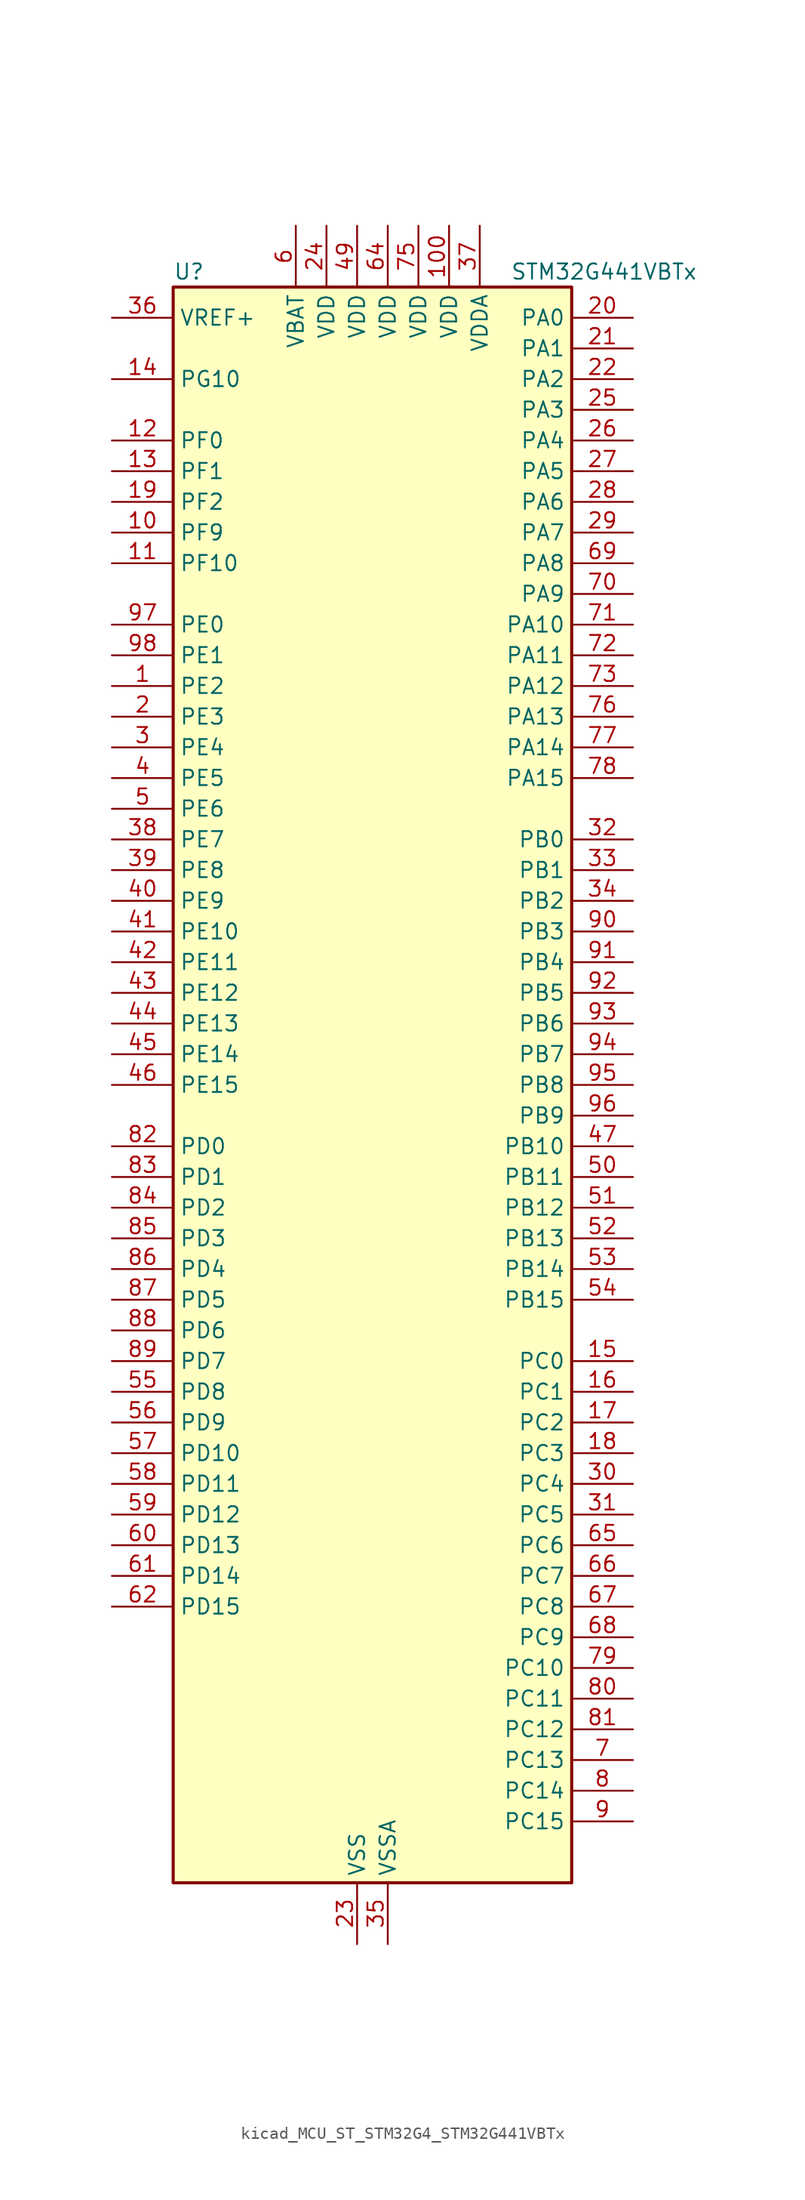
<source format=kicad_sym>
(kicad_symbol_lib
  (version 20220914)
  (generator kicad_symbol_editor)
  (symbol "kicad_MCU_ST_STM32G4_STM32G441VBTx"
    (property "Reference" "U"
      (at -15.24 67.31 0)
      (effects (font (size 1.27 1.27)) (justify left)))
    (property "Value" "STM32G441VBTx"
      (at 12.7 67.31 0)
      (effects (font (size 1.27 1.27)) (justify left)))
    (property "ki_locked" ""
      (at 0 0 0)
      (effects (font (size 1.27 1.27))))
    (symbol "kicad_MCU_ST_STM32G4_STM32G441VBTx_0_1"
      (rectangle (start -15.24 -66.04) (end 17.78 66.04) (stroke (width 0.254) (type default)) (fill (type background))))
    (symbol "kicad_MCU_ST_STM32G4_STM32G441VBTx_1_1"
      (pin bidirectional line (at -20.32 33.02 0) (length 5.08) (name "PE2" (effects (font (size 1.27 1.27)))) (number "1" (effects (font (size 1.27 1.27)))) (alternate "SAI1_CK1" bidirectional line) (alternate "SAI1_MCLK_A" bidirectional line) (alternate "SYS_TRACECLK" bidirectional line) (alternate "TIM3_CH1" bidirectional line))
      (pin bidirectional line (at -20.32 45.72 0) (length 5.08) (name "PF9" (effects (font (size 1.27 1.27)))) (number "10" (effects (font (size 1.27 1.27)))) (alternate "DAC1_EXTI9" bidirectional line) (alternate "DAC3_EXTI9" bidirectional line) (alternate "SAI1_FS_B" bidirectional line) (alternate "SPI2_SCK" bidirectional line) (alternate "TIM15_CH1" bidirectional line))
      (pin power_in line (at 7.62 71.12 270) (length 5.08) (name "VDD" (effects (font (size 1.27 1.27)))) (number "100" (effects (font (size 1.27 1.27)))))
      (pin bidirectional line (at -20.32 43.18 0) (length 5.08) (name "PF10" (effects (font (size 1.27 1.27)))) (number "11" (effects (font (size 1.27 1.27)))) (alternate "DAC1_EXTI10" bidirectional line) (alternate "DAC3_EXTI10" bidirectional line) (alternate "SAI1_D3" bidirectional line) (alternate "SPI2_SCK" bidirectional line) (alternate "TIM15_CH2" bidirectional line))
      (pin bidirectional line (at -20.32 53.34 0) (length 5.08) (name "PF0" (effects (font (size 1.27 1.27)))) (number "12" (effects (font (size 1.27 1.27)))) (alternate "ADC1_IN10" bidirectional line) (alternate "I2C2_SDA" bidirectional line) (alternate "I2S2_WS" bidirectional line) (alternate "RCC_OSC_IN" bidirectional line) (alternate "SPI2_NSS" bidirectional line) (alternate "TIM1_CH3N" bidirectional line))
      (pin bidirectional line (at -20.32 50.8 0) (length 5.08) (name "PF1" (effects (font (size 1.27 1.27)))) (number "13" (effects (font (size 1.27 1.27)))) (alternate "ADC2_IN10" bidirectional line) (alternate "COMP3_INM" bidirectional line) (alternate "I2S2_CK" bidirectional line) (alternate "RCC_OSC_OUT" bidirectional line) (alternate "SPI2_SCK" bidirectional line))
      (pin bidirectional line (at -20.32 58.42 0) (length 5.08) (name "PG10" (effects (font (size 1.27 1.27)))) (number "14" (effects (font (size 1.27 1.27)))) (alternate "DAC1_EXTI10" bidirectional line) (alternate "DAC3_EXTI10" bidirectional line) (alternate "RCC_MCO" bidirectional line))
      (pin bidirectional line (at 22.86 -22.86 180) (length 5.08) (name "PC0" (effects (font (size 1.27 1.27)))) (number "15" (effects (font (size 1.27 1.27)))) (alternate "ADC1_IN6" bidirectional line) (alternate "ADC2_IN6" bidirectional line) (alternate "COMP3_INM" bidirectional line) (alternate "LPTIM1_IN1" bidirectional line) (alternate "LPUART1_RX" bidirectional line) (alternate "TIM1_CH1" bidirectional line))
      (pin bidirectional line (at 22.86 -25.4 180) (length 5.08) (name "PC1" (effects (font (size 1.27 1.27)))) (number "16" (effects (font (size 1.27 1.27)))) (alternate "ADC1_IN7" bidirectional line) (alternate "ADC2_IN7" bidirectional line) (alternate "COMP3_INP" bidirectional line) (alternate "LPTIM1_OUT" bidirectional line) (alternate "LPUART1_TX" bidirectional line) (alternate "SAI1_SD_A" bidirectional line) (alternate "TIM1_CH2" bidirectional line))
      (pin bidirectional line (at 22.86 -27.94 180) (length 5.08) (name "PC2" (effects (font (size 1.27 1.27)))) (number "17" (effects (font (size 1.27 1.27)))) (alternate "ADC1_IN8" bidirectional line) (alternate "ADC2_IN8" bidirectional line) (alternate "COMP3_OUT" bidirectional line) (alternate "LPTIM1_IN2" bidirectional line) (alternate "TIM1_CH3" bidirectional line))
      (pin bidirectional line (at 22.86 -30.48 180) (length 5.08) (name "PC3" (effects (font (size 1.27 1.27)))) (number "18" (effects (font (size 1.27 1.27)))) (alternate "ADC1_IN9" bidirectional line) (alternate "ADC2_IN9" bidirectional line) (alternate "LPTIM1_ETR" bidirectional line) (alternate "SAI1_D1" bidirectional line) (alternate "SAI1_SD_A" bidirectional line) (alternate "TIM1_BKIN2" bidirectional line) (alternate "TIM1_CH4" bidirectional line))
      (pin bidirectional line (at -20.32 48.26 0) (length 5.08) (name "PF2" (effects (font (size 1.27 1.27)))) (number "19" (effects (font (size 1.27 1.27)))) (alternate "I2C2_SMBA" bidirectional line))
      (pin bidirectional line (at -20.32 30.48 0) (length 5.08) (name "PE3" (effects (font (size 1.27 1.27)))) (number "2" (effects (font (size 1.27 1.27)))) (alternate "SAI1_SD_B" bidirectional line) (alternate "SYS_TRACED0" bidirectional line) (alternate "TIM3_CH2" bidirectional line))
      (pin bidirectional line (at 22.86 63.5 180) (length 5.08) (name "PA0" (effects (font (size 1.27 1.27)))) (number "20" (effects (font (size 1.27 1.27)))) (alternate "ADC1_IN1" bidirectional line) (alternate "ADC2_IN1" bidirectional line) (alternate "COMP1_INM" bidirectional line) (alternate "COMP1_OUT" bidirectional line) (alternate "COMP3_INP" bidirectional line) (alternate "RTC_TAMP2" bidirectional line) (alternate "SYS_WKUP1" bidirectional line) (alternate "TIM2_CH1" bidirectional line) (alternate "TIM2_ETR" bidirectional line) (alternate "TIM8_BKIN" bidirectional line) (alternate "TIM8_ETR" bidirectional line) (alternate "USART2_CTS" bidirectional line) (alternate "USART2_NSS" bidirectional line))
      (pin bidirectional line (at 22.86 60.96 180) (length 5.08) (name "PA1" (effects (font (size 1.27 1.27)))) (number "21" (effects (font (size 1.27 1.27)))) (alternate "ADC1_IN2" bidirectional line) (alternate "ADC2_IN2" bidirectional line) (alternate "COMP1_INP" bidirectional line) (alternate "OPAMP1_VINP" bidirectional line) (alternate "OPAMP1_VINP_SEC" bidirectional line) (alternate "OPAMP3_VINP" bidirectional line) (alternate "OPAMP3_VINP_SEC" bidirectional line) (alternate "RTC_REFIN" bidirectional line) (alternate "TIM15_CH1N" bidirectional line) (alternate "TIM2_CH2" bidirectional line) (alternate "USART2_DE" bidirectional line) (alternate "USART2_RTS" bidirectional line))
      (pin bidirectional line (at 22.86 58.42 180) (length 5.08) (name "PA2" (effects (font (size 1.27 1.27)))) (number "22" (effects (font (size 1.27 1.27)))) (alternate "ADC1_IN3" bidirectional line) (alternate "COMP2_INM" bidirectional line) (alternate "COMP2_OUT" bidirectional line) (alternate "LPUART1_TX" bidirectional line) (alternate "OPAMP1_VOUT" bidirectional line) (alternate "RCC_LSCO" bidirectional line) (alternate "SYS_WKUP4" bidirectional line) (alternate "TIM15_CH1" bidirectional line) (alternate "TIM2_CH3" bidirectional line) (alternate "UCPD1_FRSTX1" bidirectional line) (alternate "UCPD1_FRSTX2" bidirectional line) (alternate "USART2_TX" bidirectional line))
      (pin power_in line (at 0 -71.12 90) (length 5.08) (name "VSS" (effects (font (size 1.27 1.27)))) (number "23" (effects (font (size 1.27 1.27)))))
      (pin power_in line (at -2.54 71.12 270) (length 5.08) (name "VDD" (effects (font (size 1.27 1.27)))) (number "24" (effects (font (size 1.27 1.27)))))
      (pin bidirectional line (at 22.86 55.88 180) (length 5.08) (name "PA3" (effects (font (size 1.27 1.27)))) (number "25" (effects (font (size 1.27 1.27)))) (alternate "ADC1_IN4" bidirectional line) (alternate "COMP2_INP" bidirectional line) (alternate "LPUART1_RX" bidirectional line) (alternate "OPAMP1_VINM" bidirectional line) (alternate "OPAMP1_VINM0" bidirectional line) (alternate "OPAMP1_VINM_SEC" bidirectional line) (alternate "OPAMP1_VINP" bidirectional line) (alternate "OPAMP1_VINP_SEC" bidirectional line) (alternate "SAI1_CK1" bidirectional line) (alternate "SAI1_MCLK_A" bidirectional line) (alternate "TIM15_CH2" bidirectional line) (alternate "TIM2_CH4" bidirectional line) (alternate "USART2_RX" bidirectional line))
      (pin bidirectional line (at 22.86 53.34 180) (length 5.08) (name "PA4" (effects (font (size 1.27 1.27)))) (number "26" (effects (font (size 1.27 1.27)))) (alternate "ADC2_IN17" bidirectional line) (alternate "COMP1_INM" bidirectional line) (alternate "DAC1_OUT1" bidirectional line) (alternate "I2S3_WS" bidirectional line) (alternate "SAI1_FS_B" bidirectional line) (alternate "SPI1_NSS" bidirectional line) (alternate "SPI3_NSS" bidirectional line) (alternate "TIM3_CH2" bidirectional line) (alternate "USART2_CK" bidirectional line))
      (pin bidirectional line (at 22.86 50.8 180) (length 5.08) (name "PA5" (effects (font (size 1.27 1.27)))) (number "27" (effects (font (size 1.27 1.27)))) (alternate "ADC2_IN13" bidirectional line) (alternate "COMP2_INM" bidirectional line) (alternate "DAC1_OUT2" bidirectional line) (alternate "OPAMP2_VINM" bidirectional line) (alternate "OPAMP2_VINM0" bidirectional line) (alternate "OPAMP2_VINM_SEC" bidirectional line) (alternate "SPI1_SCK" bidirectional line) (alternate "TIM2_CH1" bidirectional line) (alternate "TIM2_ETR" bidirectional line) (alternate "UCPD1_FRSTX1" bidirectional line) (alternate "UCPD1_FRSTX2" bidirectional line))
      (pin bidirectional line (at 22.86 48.26 180) (length 5.08) (name "PA6" (effects (font (size 1.27 1.27)))) (number "28" (effects (font (size 1.27 1.27)))) (alternate "ADC2_IN3" bidirectional line) (alternate "COMP1_OUT" bidirectional line) (alternate "LPUART1_CTS" bidirectional line) (alternate "OPAMP2_VOUT" bidirectional line) (alternate "SPI1_MISO" bidirectional line) (alternate "TIM16_CH1" bidirectional line) (alternate "TIM1_BKIN" bidirectional line) (alternate "TIM3_CH1" bidirectional line) (alternate "TIM8_BKIN" bidirectional line))
      (pin bidirectional line (at 22.86 45.72 180) (length 5.08) (name "PA7" (effects (font (size 1.27 1.27)))) (number "29" (effects (font (size 1.27 1.27)))) (alternate "ADC2_IN4" bidirectional line) (alternate "COMP2_INP" bidirectional line) (alternate "COMP2_OUT" bidirectional line) (alternate "OPAMP1_VINP" bidirectional line) (alternate "OPAMP1_VINP_SEC" bidirectional line) (alternate "OPAMP2_VINP" bidirectional line) (alternate "OPAMP2_VINP_SEC" bidirectional line) (alternate "SPI1_MOSI" bidirectional line) (alternate "TIM17_CH1" bidirectional line) (alternate "TIM1_CH1N" bidirectional line) (alternate "TIM3_CH2" bidirectional line) (alternate "TIM8_CH1N" bidirectional line) (alternate "UCPD1_FRSTX1" bidirectional line) (alternate "UCPD1_FRSTX2" bidirectional line))
      (pin bidirectional line (at -20.32 27.94 0) (length 5.08) (name "PE4" (effects (font (size 1.27 1.27)))) (number "3" (effects (font (size 1.27 1.27)))) (alternate "SAI1_D2" bidirectional line) (alternate "SAI1_FS_A" bidirectional line) (alternate "SYS_TRACED1" bidirectional line) (alternate "TIM3_CH3" bidirectional line))
      (pin bidirectional line (at 22.86 -33.02 180) (length 5.08) (name "PC4" (effects (font (size 1.27 1.27)))) (number "30" (effects (font (size 1.27 1.27)))) (alternate "ADC2_IN5" bidirectional line) (alternate "I2C2_SCL" bidirectional line) (alternate "TIM1_ETR" bidirectional line) (alternate "USART1_TX" bidirectional line))
      (pin bidirectional line (at 22.86 -35.56 180) (length 5.08) (name "PC5" (effects (font (size 1.27 1.27)))) (number "31" (effects (font (size 1.27 1.27)))) (alternate "ADC2_IN11" bidirectional line) (alternate "OPAMP1_VINM" bidirectional line) (alternate "OPAMP1_VINM1" bidirectional line) (alternate "OPAMP1_VINM_SEC" bidirectional line) (alternate "OPAMP2_VINM" bidirectional line) (alternate "OPAMP2_VINM1" bidirectional line) (alternate "OPAMP2_VINM_SEC" bidirectional line) (alternate "SAI1_D3" bidirectional line) (alternate "SYS_WKUP5" bidirectional line) (alternate "TIM15_BKIN" bidirectional line) (alternate "TIM1_CH4N" bidirectional line) (alternate "USART1_RX" bidirectional line))
      (pin bidirectional line (at 22.86 20.32 180) (length 5.08) (name "PB0" (effects (font (size 1.27 1.27)))) (number "32" (effects (font (size 1.27 1.27)))) (alternate "ADC1_IN15" bidirectional line) (alternate "COMP4_INP" bidirectional line) (alternate "OPAMP2_VINP" bidirectional line) (alternate "OPAMP2_VINP_SEC" bidirectional line) (alternate "OPAMP3_VINP" bidirectional line) (alternate "OPAMP3_VINP_SEC" bidirectional line) (alternate "TIM1_CH2N" bidirectional line) (alternate "TIM3_CH3" bidirectional line) (alternate "TIM8_CH2N" bidirectional line) (alternate "UCPD1_FRSTX1" bidirectional line) (alternate "UCPD1_FRSTX2" bidirectional line))
      (pin bidirectional line (at 22.86 17.78 180) (length 5.08) (name "PB1" (effects (font (size 1.27 1.27)))) (number "33" (effects (font (size 1.27 1.27)))) (alternate "ADC1_IN12" bidirectional line) (alternate "COMP1_INP" bidirectional line) (alternate "COMP4_OUT" bidirectional line) (alternate "LPUART1_DE" bidirectional line) (alternate "LPUART1_RTS" bidirectional line) (alternate "OPAMP3_VOUT" bidirectional line) (alternate "TIM1_CH3N" bidirectional line) (alternate "TIM3_CH4" bidirectional line) (alternate "TIM8_CH3N" bidirectional line))
      (pin bidirectional line (at 22.86 15.24 180) (length 5.08) (name "PB2" (effects (font (size 1.27 1.27)))) (number "34" (effects (font (size 1.27 1.27)))) (alternate "ADC2_IN12" bidirectional line) (alternate "COMP4_INM" bidirectional line) (alternate "I2C3_SMBA" bidirectional line) (alternate "LPTIM1_OUT" bidirectional line) (alternate "OPAMP3_VINM" bidirectional line) (alternate "OPAMP3_VINM0" bidirectional line) (alternate "OPAMP3_VINM_SEC" bidirectional line) (alternate "RTC_OUT2" bidirectional line))
      (pin power_in line (at 2.54 -71.12 90) (length 5.08) (name "VSSA" (effects (font (size 1.27 1.27)))) (number "35" (effects (font (size 1.27 1.27)))))
      (pin input line (at -20.32 63.5 0) (length 5.08) (name "VREF+" (effects (font (size 1.27 1.27)))) (number "36" (effects (font (size 1.27 1.27)))) (alternate "VREFBUF_OUT" bidirectional line))
      (pin power_in line (at 10.16 71.12 270) (length 5.08) (name "VDDA" (effects (font (size 1.27 1.27)))) (number "37" (effects (font (size 1.27 1.27)))))
      (pin bidirectional line (at -20.32 20.32 0) (length 5.08) (name "PE7" (effects (font (size 1.27 1.27)))) (number "38" (effects (font (size 1.27 1.27)))) (alternate "COMP4_INP" bidirectional line) (alternate "SAI1_SD_B" bidirectional line) (alternate "TIM1_ETR" bidirectional line))
      (pin bidirectional line (at -20.32 17.78 0) (length 5.08) (name "PE8" (effects (font (size 1.27 1.27)))) (number "39" (effects (font (size 1.27 1.27)))) (alternate "COMP4_INM" bidirectional line) (alternate "SAI1_SCK_B" bidirectional line) (alternate "TIM1_CH1N" bidirectional line))
      (pin bidirectional line (at -20.32 25.4 0) (length 5.08) (name "PE5" (effects (font (size 1.27 1.27)))) (number "4" (effects (font (size 1.27 1.27)))) (alternate "SAI1_CK2" bidirectional line) (alternate "SAI1_SCK_A" bidirectional line) (alternate "SYS_TRACED2" bidirectional line) (alternate "TIM3_CH4" bidirectional line))
      (pin bidirectional line (at -20.32 15.24 0) (length 5.08) (name "PE9" (effects (font (size 1.27 1.27)))) (number "40" (effects (font (size 1.27 1.27)))) (alternate "DAC1_EXTI9" bidirectional line) (alternate "DAC3_EXTI9" bidirectional line) (alternate "SAI1_FS_B" bidirectional line) (alternate "TIM1_CH1" bidirectional line))
      (pin bidirectional line (at -20.32 12.7 0) (length 5.08) (name "PE10" (effects (font (size 1.27 1.27)))) (number "41" (effects (font (size 1.27 1.27)))) (alternate "DAC1_EXTI10" bidirectional line) (alternate "DAC3_EXTI10" bidirectional line) (alternate "SAI1_MCLK_B" bidirectional line) (alternate "TIM1_CH2N" bidirectional line))
      (pin bidirectional line (at -20.32 10.16 0) (length 5.08) (name "PE11" (effects (font (size 1.27 1.27)))) (number "42" (effects (font (size 1.27 1.27)))) (alternate "ADC1_EXTI11" bidirectional line) (alternate "ADC2_EXTI11" bidirectional line) (alternate "TIM1_CH2" bidirectional line))
      (pin bidirectional line (at -20.32 7.62 0) (length 5.08) (name "PE12" (effects (font (size 1.27 1.27)))) (number "43" (effects (font (size 1.27 1.27)))) (alternate "TIM1_CH3N" bidirectional line))
      (pin bidirectional line (at -20.32 5.08 0) (length 5.08) (name "PE13" (effects (font (size 1.27 1.27)))) (number "44" (effects (font (size 1.27 1.27)))) (alternate "TIM1_CH3" bidirectional line))
      (pin bidirectional line (at -20.32 2.54 0) (length 5.08) (name "PE14" (effects (font (size 1.27 1.27)))) (number "45" (effects (font (size 1.27 1.27)))) (alternate "TIM1_BKIN2" bidirectional line) (alternate "TIM1_CH4" bidirectional line))
      (pin bidirectional line (at -20.32 0 0) (length 5.08) (name "PE15" (effects (font (size 1.27 1.27)))) (number "46" (effects (font (size 1.27 1.27)))) (alternate "ADC1_EXTI15" bidirectional line) (alternate "ADC2_EXTI15" bidirectional line) (alternate "TIM1_BKIN" bidirectional line) (alternate "TIM1_CH4N" bidirectional line) (alternate "USART3_RX" bidirectional line))
      (pin bidirectional line (at 22.86 -5.08 180) (length 5.08) (name "PB10" (effects (font (size 1.27 1.27)))) (number "47" (effects (font (size 1.27 1.27)))) (alternate "DAC1_EXTI10" bidirectional line) (alternate "DAC3_EXTI10" bidirectional line) (alternate "LPUART1_RX" bidirectional line) (alternate "OPAMP3_VINM" bidirectional line) (alternate "OPAMP3_VINM1" bidirectional line) (alternate "OPAMP3_VINM_SEC" bidirectional line) (alternate "SAI1_SCK_A" bidirectional line) (alternate "TIM1_BKIN" bidirectional line) (alternate "TIM2_CH3" bidirectional line) (alternate "USART3_TX" bidirectional line))
      (pin passive line (at 0 -71.12 90) (length 5.08) hide (name "VSS" (effects (font (size 1.27 1.27)))) (number "48" (effects (font (size 1.27 1.27)))))
      (pin power_in line (at 0 71.12 270) (length 5.08) (name "VDD" (effects (font (size 1.27 1.27)))) (number "49" (effects (font (size 1.27 1.27)))))
      (pin bidirectional line (at -20.32 22.86 0) (length 5.08) (name "PE6" (effects (font (size 1.27 1.27)))) (number "5" (effects (font (size 1.27 1.27)))) (alternate "RTC_TAMP3" bidirectional line) (alternate "SAI1_D1" bidirectional line) (alternate "SAI1_SD_A" bidirectional line) (alternate "SYS_TRACED3" bidirectional line) (alternate "SYS_WKUP3" bidirectional line))
      (pin bidirectional line (at 22.86 -7.62 180) (length 5.08) (name "PB11" (effects (font (size 1.27 1.27)))) (number "50" (effects (font (size 1.27 1.27)))) (alternate "ADC1_EXTI11" bidirectional line) (alternate "ADC1_IN14" bidirectional line) (alternate "ADC2_EXTI11" bidirectional line) (alternate "ADC2_IN14" bidirectional line) (alternate "LPUART1_TX" bidirectional line) (alternate "TIM2_CH4" bidirectional line) (alternate "USART3_RX" bidirectional line))
      (pin bidirectional line (at 22.86 -10.16 180) (length 5.08) (name "PB12" (effects (font (size 1.27 1.27)))) (number "51" (effects (font (size 1.27 1.27)))) (alternate "ADC1_IN11" bidirectional line) (alternate "I2C2_SMBA" bidirectional line) (alternate "I2S2_WS" bidirectional line) (alternate "LPUART1_DE" bidirectional line) (alternate "LPUART1_RTS" bidirectional line) (alternate "SPI2_NSS" bidirectional line) (alternate "TIM1_BKIN" bidirectional line) (alternate "USART3_CK" bidirectional line))
      (pin bidirectional line (at 22.86 -12.7 180) (length 5.08) (name "PB13" (effects (font (size 1.27 1.27)))) (number "52" (effects (font (size 1.27 1.27)))) (alternate "I2S2_CK" bidirectional line) (alternate "LPUART1_CTS" bidirectional line) (alternate "OPAMP3_VINP" bidirectional line) (alternate "OPAMP3_VINP_SEC" bidirectional line) (alternate "SPI2_SCK" bidirectional line) (alternate "TIM1_CH1N" bidirectional line) (alternate "USART3_CTS" bidirectional line) (alternate "USART3_NSS" bidirectional line))
      (pin bidirectional line (at 22.86 -15.24 180) (length 5.08) (name "PB14" (effects (font (size 1.27 1.27)))) (number "53" (effects (font (size 1.27 1.27)))) (alternate "ADC1_IN5" bidirectional line) (alternate "COMP4_OUT" bidirectional line) (alternate "OPAMP2_VINP" bidirectional line) (alternate "OPAMP2_VINP_SEC" bidirectional line) (alternate "SPI2_MISO" bidirectional line) (alternate "TIM15_CH1" bidirectional line) (alternate "TIM1_CH2N" bidirectional line) (alternate "USART3_DE" bidirectional line) (alternate "USART3_RTS" bidirectional line))
      (pin bidirectional line (at 22.86 -17.78 180) (length 5.08) (name "PB15" (effects (font (size 1.27 1.27)))) (number "54" (effects (font (size 1.27 1.27)))) (alternate "ADC1_EXTI15" bidirectional line) (alternate "ADC2_EXTI15" bidirectional line) (alternate "ADC2_IN15" bidirectional line) (alternate "COMP3_OUT" bidirectional line) (alternate "I2S2_SD" bidirectional line) (alternate "RTC_REFIN" bidirectional line) (alternate "SPI2_MOSI" bidirectional line) (alternate "TIM15_CH1N" bidirectional line) (alternate "TIM15_CH2" bidirectional line) (alternate "TIM1_CH3N" bidirectional line))
      (pin bidirectional line (at -20.32 -25.4 0) (length 5.08) (name "PD8" (effects (font (size 1.27 1.27)))) (number "55" (effects (font (size 1.27 1.27)))) (alternate "USART3_TX" bidirectional line))
      (pin bidirectional line (at -20.32 -27.94 0) (length 5.08) (name "PD9" (effects (font (size 1.27 1.27)))) (number "56" (effects (font (size 1.27 1.27)))) (alternate "DAC1_EXTI9" bidirectional line) (alternate "DAC3_EXTI9" bidirectional line) (alternate "USART3_RX" bidirectional line))
      (pin bidirectional line (at -20.32 -30.48 0) (length 5.08) (name "PD10" (effects (font (size 1.27 1.27)))) (number "57" (effects (font (size 1.27 1.27)))) (alternate "DAC1_EXTI10" bidirectional line) (alternate "DAC3_EXTI10" bidirectional line) (alternate "USART3_CK" bidirectional line))
      (pin bidirectional line (at -20.32 -33.02 0) (length 5.08) (name "PD11" (effects (font (size 1.27 1.27)))) (number "58" (effects (font (size 1.27 1.27)))) (alternate "ADC1_EXTI11" bidirectional line) (alternate "ADC2_EXTI11" bidirectional line) (alternate "USART3_CTS" bidirectional line) (alternate "USART3_NSS" bidirectional line))
      (pin bidirectional line (at -20.32 -35.56 0) (length 5.08) (name "PD12" (effects (font (size 1.27 1.27)))) (number "59" (effects (font (size 1.27 1.27)))) (alternate "TIM4_CH1" bidirectional line) (alternate "USART3_DE" bidirectional line) (alternate "USART3_RTS" bidirectional line))
      (pin power_in line (at -5.08 71.12 270) (length 5.08) (name "VBAT" (effects (font (size 1.27 1.27)))) (number "6" (effects (font (size 1.27 1.27)))))
      (pin bidirectional line (at -20.32 -38.1 0) (length 5.08) (name "PD13" (effects (font (size 1.27 1.27)))) (number "60" (effects (font (size 1.27 1.27)))) (alternate "TIM4_CH2" bidirectional line))
      (pin bidirectional line (at -20.32 -40.64 0) (length 5.08) (name "PD14" (effects (font (size 1.27 1.27)))) (number "61" (effects (font (size 1.27 1.27)))) (alternate "OPAMP2_VINP" bidirectional line) (alternate "OPAMP2_VINP_SEC" bidirectional line) (alternate "TIM4_CH3" bidirectional line))
      (pin bidirectional line (at -20.32 -43.18 0) (length 5.08) (name "PD15" (effects (font (size 1.27 1.27)))) (number "62" (effects (font (size 1.27 1.27)))) (alternate "ADC1_EXTI15" bidirectional line) (alternate "ADC2_EXTI15" bidirectional line) (alternate "SPI2_NSS" bidirectional line) (alternate "TIM4_CH4" bidirectional line))
      (pin passive line (at 0 -71.12 90) (length 5.08) hide (name "VSS" (effects (font (size 1.27 1.27)))) (number "63" (effects (font (size 1.27 1.27)))))
      (pin power_in line (at 2.54 71.12 270) (length 5.08) (name "VDD" (effects (font (size 1.27 1.27)))) (number "64" (effects (font (size 1.27 1.27)))))
      (pin bidirectional line (at 22.86 -38.1 180) (length 5.08) (name "PC6" (effects (font (size 1.27 1.27)))) (number "65" (effects (font (size 1.27 1.27)))) (alternate "I2S2_MCK" bidirectional line) (alternate "TIM3_CH1" bidirectional line) (alternate "TIM8_CH1" bidirectional line))
      (pin bidirectional line (at 22.86 -40.64 180) (length 5.08) (name "PC7" (effects (font (size 1.27 1.27)))) (number "66" (effects (font (size 1.27 1.27)))) (alternate "I2S3_MCK" bidirectional line) (alternate "TIM3_CH2" bidirectional line) (alternate "TIM8_CH2" bidirectional line))
      (pin bidirectional line (at 22.86 -43.18 180) (length 5.08) (name "PC8" (effects (font (size 1.27 1.27)))) (number "67" (effects (font (size 1.27 1.27)))) (alternate "I2C3_SCL" bidirectional line) (alternate "TIM3_CH3" bidirectional line) (alternate "TIM8_CH3" bidirectional line))
      (pin bidirectional line (at 22.86 -45.72 180) (length 5.08) (name "PC9" (effects (font (size 1.27 1.27)))) (number "68" (effects (font (size 1.27 1.27)))) (alternate "DAC1_EXTI9" bidirectional line) (alternate "DAC3_EXTI9" bidirectional line) (alternate "I2C3_SDA" bidirectional line) (alternate "I2S_CKIN" bidirectional line) (alternate "TIM3_CH4" bidirectional line) (alternate "TIM8_BKIN2" bidirectional line) (alternate "TIM8_CH4" bidirectional line))
      (pin bidirectional line (at 22.86 43.18 180) (length 5.08) (name "PA8" (effects (font (size 1.27 1.27)))) (number "69" (effects (font (size 1.27 1.27)))) (alternate "I2C2_SDA" bidirectional line) (alternate "I2C3_SCL" bidirectional line) (alternate "I2S2_MCK" bidirectional line) (alternate "RCC_MCO" bidirectional line) (alternate "SAI1_CK2" bidirectional line) (alternate "SAI1_SCK_A" bidirectional line) (alternate "TIM1_CH1" bidirectional line) (alternate "TIM4_ETR" bidirectional line) (alternate "USART1_CK" bidirectional line))
      (pin bidirectional line (at 22.86 -55.88 180) (length 5.08) (name "PC13" (effects (font (size 1.27 1.27)))) (number "7" (effects (font (size 1.27 1.27)))) (alternate "RTC_OUT1" bidirectional line) (alternate "RTC_TAMP1" bidirectional line) (alternate "RTC_TS" bidirectional line) (alternate "SYS_WKUP2" bidirectional line) (alternate "TIM1_BKIN" bidirectional line) (alternate "TIM1_CH1N" bidirectional line) (alternate "TIM8_CH4N" bidirectional line))
      (pin bidirectional line (at 22.86 40.64 180) (length 5.08) (name "PA9" (effects (font (size 1.27 1.27)))) (number "70" (effects (font (size 1.27 1.27)))) (alternate "DAC1_EXTI9" bidirectional line) (alternate "DAC3_EXTI9" bidirectional line) (alternate "I2C2_SCL" bidirectional line) (alternate "I2C3_SMBA" bidirectional line) (alternate "I2S3_MCK" bidirectional line) (alternate "SAI1_FS_A" bidirectional line) (alternate "TIM15_BKIN" bidirectional line) (alternate "TIM1_CH2" bidirectional line) (alternate "TIM2_CH3" bidirectional line) (alternate "UCPD1_DBCC1" bidirectional line) (alternate "USART1_TX" bidirectional line))
      (pin bidirectional line (at 22.86 38.1 180) (length 5.08) (name "PA10" (effects (font (size 1.27 1.27)))) (number "71" (effects (font (size 1.27 1.27)))) (alternate "CRS_SYNC" bidirectional line) (alternate "DAC1_EXTI10" bidirectional line) (alternate "DAC3_EXTI10" bidirectional line) (alternate "I2C2_SMBA" bidirectional line) (alternate "SAI1_D1" bidirectional line) (alternate "SAI1_SD_A" bidirectional line) (alternate "SPI2_MISO" bidirectional line) (alternate "TIM17_BKIN" bidirectional line) (alternate "TIM1_CH3" bidirectional line) (alternate "TIM2_CH4" bidirectional line) (alternate "TIM8_BKIN" bidirectional line) (alternate "UCPD1_DBCC2" bidirectional line) (alternate "USART1_RX" bidirectional line))
      (pin bidirectional line (at 22.86 35.56 180) (length 5.08) (name "PA11" (effects (font (size 1.27 1.27)))) (number "72" (effects (font (size 1.27 1.27)))) (alternate "ADC1_EXTI11" bidirectional line) (alternate "ADC2_EXTI11" bidirectional line) (alternate "COMP1_OUT" bidirectional line) (alternate "FDCAN1_RX" bidirectional line) (alternate "I2S2_SD" bidirectional line) (alternate "SPI2_MOSI" bidirectional line) (alternate "TIM1_BKIN2" bidirectional line) (alternate "TIM1_CH1N" bidirectional line) (alternate "TIM1_CH4" bidirectional line) (alternate "TIM4_CH1" bidirectional line) (alternate "USART1_CTS" bidirectional line) (alternate "USART1_NSS" bidirectional line) (alternate "USB_DM" bidirectional line))
      (pin bidirectional line (at 22.86 33.02 180) (length 5.08) (name "PA12" (effects (font (size 1.27 1.27)))) (number "73" (effects (font (size 1.27 1.27)))) (alternate "COMP2_OUT" bidirectional line) (alternate "FDCAN1_TX" bidirectional line) (alternate "I2S_CKIN" bidirectional line) (alternate "TIM16_CH1" bidirectional line) (alternate "TIM1_CH2N" bidirectional line) (alternate "TIM1_ETR" bidirectional line) (alternate "TIM4_CH2" bidirectional line) (alternate "USART1_DE" bidirectional line) (alternate "USART1_RTS" bidirectional line) (alternate "USB_DP" bidirectional line))
      (pin passive line (at 0 -71.12 90) (length 5.08) hide (name "VSS" (effects (font (size 1.27 1.27)))) (number "74" (effects (font (size 1.27 1.27)))))
      (pin power_in line (at 5.08 71.12 270) (length 5.08) (name "VDD" (effects (font (size 1.27 1.27)))) (number "75" (effects (font (size 1.27 1.27)))))
      (pin bidirectional line (at 22.86 30.48 180) (length 5.08) (name "PA13" (effects (font (size 1.27 1.27)))) (number "76" (effects (font (size 1.27 1.27)))) (alternate "I2C1_SCL" bidirectional line) (alternate "IR_OUT" bidirectional line) (alternate "SAI1_SD_B" bidirectional line) (alternate "SYS_JTMS-SWDIO" bidirectional line) (alternate "TIM16_CH1N" bidirectional line) (alternate "TIM4_CH3" bidirectional line) (alternate "USART3_CTS" bidirectional line) (alternate "USART3_NSS" bidirectional line))
      (pin bidirectional line (at 22.86 27.94 180) (length 5.08) (name "PA14" (effects (font (size 1.27 1.27)))) (number "77" (effects (font (size 1.27 1.27)))) (alternate "I2C1_SDA" bidirectional line) (alternate "LPTIM1_OUT" bidirectional line) (alternate "SAI1_FS_B" bidirectional line) (alternate "SYS_JTCK-SWCLK" bidirectional line) (alternate "TIM1_BKIN" bidirectional line) (alternate "TIM8_CH2" bidirectional line) (alternate "USART2_TX" bidirectional line))
      (pin bidirectional line (at 22.86 25.4 180) (length 5.08) (name "PA15" (effects (font (size 1.27 1.27)))) (number "78" (effects (font (size 1.27 1.27)))) (alternate "ADC1_EXTI15" bidirectional line) (alternate "ADC2_EXTI15" bidirectional line) (alternate "I2C1_SCL" bidirectional line) (alternate "I2S3_WS" bidirectional line) (alternate "SPI1_NSS" bidirectional line) (alternate "SPI3_NSS" bidirectional line) (alternate "SYS_JTDI" bidirectional line) (alternate "TIM1_BKIN" bidirectional line) (alternate "TIM2_CH1" bidirectional line) (alternate "TIM2_ETR" bidirectional line) (alternate "TIM8_CH1" bidirectional line) (alternate "UART4_DE" bidirectional line) (alternate "UART4_RTS" bidirectional line) (alternate "USART2_RX" bidirectional line))
      (pin bidirectional line (at 22.86 -48.26 180) (length 5.08) (name "PC10" (effects (font (size 1.27 1.27)))) (number "79" (effects (font (size 1.27 1.27)))) (alternate "DAC1_EXTI10" bidirectional line) (alternate "DAC3_EXTI10" bidirectional line) (alternate "I2S3_CK" bidirectional line) (alternate "SPI3_SCK" bidirectional line) (alternate "TIM8_CH1N" bidirectional line) (alternate "UART4_TX" bidirectional line) (alternate "USART3_TX" bidirectional line))
      (pin bidirectional line (at 22.86 -58.42 180) (length 5.08) (name "PC14" (effects (font (size 1.27 1.27)))) (number "8" (effects (font (size 1.27 1.27)))) (alternate "RCC_OSC32_IN" bidirectional line))
      (pin bidirectional line (at 22.86 -50.8 180) (length 5.08) (name "PC11" (effects (font (size 1.27 1.27)))) (number "80" (effects (font (size 1.27 1.27)))) (alternate "ADC1_EXTI11" bidirectional line) (alternate "ADC2_EXTI11" bidirectional line) (alternate "I2C3_SDA" bidirectional line) (alternate "SPI3_MISO" bidirectional line) (alternate "TIM8_CH2N" bidirectional line) (alternate "UART4_RX" bidirectional line) (alternate "USART3_RX" bidirectional line))
      (pin bidirectional line (at 22.86 -53.34 180) (length 5.08) (name "PC12" (effects (font (size 1.27 1.27)))) (number "81" (effects (font (size 1.27 1.27)))) (alternate "I2S3_SD" bidirectional line) (alternate "SPI3_MOSI" bidirectional line) (alternate "TIM8_CH3N" bidirectional line) (alternate "UCPD1_FRSTX1" bidirectional line) (alternate "UCPD1_FRSTX2" bidirectional line) (alternate "USART3_CK" bidirectional line))
      (pin bidirectional line (at -20.32 -5.08 0) (length 5.08) (name "PD0" (effects (font (size 1.27 1.27)))) (number "82" (effects (font (size 1.27 1.27)))) (alternate "FDCAN1_RX" bidirectional line) (alternate "TIM8_CH4N" bidirectional line))
      (pin bidirectional line (at -20.32 -7.62 0) (length 5.08) (name "PD1" (effects (font (size 1.27 1.27)))) (number "83" (effects (font (size 1.27 1.27)))) (alternate "FDCAN1_TX" bidirectional line) (alternate "TIM8_BKIN2" bidirectional line) (alternate "TIM8_CH4" bidirectional line))
      (pin bidirectional line (at -20.32 -10.16 0) (length 5.08) (name "PD2" (effects (font (size 1.27 1.27)))) (number "84" (effects (font (size 1.27 1.27)))) (alternate "TIM3_ETR" bidirectional line) (alternate "TIM8_BKIN" bidirectional line))
      (pin bidirectional line (at -20.32 -12.7 0) (length 5.08) (name "PD3" (effects (font (size 1.27 1.27)))) (number "85" (effects (font (size 1.27 1.27)))) (alternate "TIM2_CH1" bidirectional line) (alternate "TIM2_ETR" bidirectional line) (alternate "USART2_CTS" bidirectional line) (alternate "USART2_NSS" bidirectional line))
      (pin bidirectional line (at -20.32 -15.24 0) (length 5.08) (name "PD4" (effects (font (size 1.27 1.27)))) (number "86" (effects (font (size 1.27 1.27)))) (alternate "TIM2_CH2" bidirectional line) (alternate "USART2_DE" bidirectional line) (alternate "USART2_RTS" bidirectional line))
      (pin bidirectional line (at -20.32 -17.78 0) (length 5.08) (name "PD5" (effects (font (size 1.27 1.27)))) (number "87" (effects (font (size 1.27 1.27)))) (alternate "USART2_TX" bidirectional line))
      (pin bidirectional line (at -20.32 -20.32 0) (length 5.08) (name "PD6" (effects (font (size 1.27 1.27)))) (number "88" (effects (font (size 1.27 1.27)))) (alternate "SAI1_D1" bidirectional line) (alternate "SAI1_SD_A" bidirectional line) (alternate "TIM2_CH4" bidirectional line) (alternate "USART2_RX" bidirectional line))
      (pin bidirectional line (at -20.32 -22.86 0) (length 5.08) (name "PD7" (effects (font (size 1.27 1.27)))) (number "89" (effects (font (size 1.27 1.27)))) (alternate "TIM2_CH3" bidirectional line) (alternate "USART2_CK" bidirectional line))
      (pin bidirectional line (at 22.86 -60.96 180) (length 5.08) (name "PC15" (effects (font (size 1.27 1.27)))) (number "9" (effects (font (size 1.27 1.27)))) (alternate "ADC1_EXTI15" bidirectional line) (alternate "ADC2_EXTI15" bidirectional line) (alternate "RCC_OSC32_OUT" bidirectional line))
      (pin bidirectional line (at 22.86 12.7 180) (length 5.08) (name "PB3" (effects (font (size 1.27 1.27)))) (number "90" (effects (font (size 1.27 1.27)))) (alternate "CRS_SYNC" bidirectional line) (alternate "I2S3_CK" bidirectional line) (alternate "SAI1_SCK_B" bidirectional line) (alternate "SPI1_SCK" bidirectional line) (alternate "SPI3_SCK" bidirectional line) (alternate "SYS_JTDO-SWO" bidirectional line) (alternate "TIM2_CH2" bidirectional line) (alternate "TIM3_ETR" bidirectional line) (alternate "TIM4_ETR" bidirectional line) (alternate "TIM8_CH1N" bidirectional line) (alternate "USART2_TX" bidirectional line))
      (pin bidirectional line (at 22.86 10.16 180) (length 5.08) (name "PB4" (effects (font (size 1.27 1.27)))) (number "91" (effects (font (size 1.27 1.27)))) (alternate "SAI1_MCLK_B" bidirectional line) (alternate "SPI1_MISO" bidirectional line) (alternate "SPI3_MISO" bidirectional line) (alternate "SYS_JTRST" bidirectional line) (alternate "TIM16_CH1" bidirectional line) (alternate "TIM17_BKIN" bidirectional line) (alternate "TIM3_CH1" bidirectional line) (alternate "TIM8_CH2N" bidirectional line) (alternate "UCPD1_CC2" bidirectional line) (alternate "USART2_RX" bidirectional line))
      (pin bidirectional line (at 22.86 7.62 180) (length 5.08) (name "PB5" (effects (font (size 1.27 1.27)))) (number "92" (effects (font (size 1.27 1.27)))) (alternate "I2C1_SMBA" bidirectional line) (alternate "I2C3_SDA" bidirectional line) (alternate "I2S3_SD" bidirectional line) (alternate "LPTIM1_IN1" bidirectional line) (alternate "SAI1_SD_B" bidirectional line) (alternate "SPI1_MOSI" bidirectional line) (alternate "SPI3_MOSI" bidirectional line) (alternate "TIM16_BKIN" bidirectional line) (alternate "TIM17_CH1" bidirectional line) (alternate "TIM3_CH2" bidirectional line) (alternate "TIM8_CH3N" bidirectional line) (alternate "USART2_CK" bidirectional line))
      (pin bidirectional line (at 22.86 5.08 180) (length 5.08) (name "PB6" (effects (font (size 1.27 1.27)))) (number "93" (effects (font (size 1.27 1.27)))) (alternate "COMP4_OUT" bidirectional line) (alternate "LPTIM1_ETR" bidirectional line) (alternate "SAI1_FS_B" bidirectional line) (alternate "TIM16_CH1N" bidirectional line) (alternate "TIM4_CH1" bidirectional line) (alternate "TIM8_BKIN2" bidirectional line) (alternate "TIM8_CH1" bidirectional line) (alternate "TIM8_ETR" bidirectional line) (alternate "UCPD1_CC1" bidirectional line) (alternate "USART1_TX" bidirectional line))
      (pin bidirectional line (at 22.86 2.54 180) (length 5.08) (name "PB7" (effects (font (size 1.27 1.27)))) (number "94" (effects (font (size 1.27 1.27)))) (alternate "COMP3_OUT" bidirectional line) (alternate "I2C1_SDA" bidirectional line) (alternate "LPTIM1_IN2" bidirectional line) (alternate "SYS_PVD_IN" bidirectional line) (alternate "TIM17_CH1N" bidirectional line) (alternate "TIM3_CH4" bidirectional line) (alternate "TIM4_CH2" bidirectional line) (alternate "TIM8_BKIN" bidirectional line) (alternate "UART4_CTS" bidirectional line) (alternate "USART1_RX" bidirectional line))
      (pin bidirectional line (at 22.86 0 180) (length 5.08) (name "PB8" (effects (font (size 1.27 1.27)))) (number "95" (effects (font (size 1.27 1.27)))) (alternate "COMP1_OUT" bidirectional line) (alternate "FDCAN1_RX" bidirectional line) (alternate "I2C1_SCL" bidirectional line) (alternate "SAI1_CK1" bidirectional line) (alternate "SAI1_MCLK_A" bidirectional line) (alternate "TIM16_CH1" bidirectional line) (alternate "TIM1_BKIN" bidirectional line) (alternate "TIM4_CH3" bidirectional line) (alternate "TIM8_CH2" bidirectional line) (alternate "USART3_RX" bidirectional line))
      (pin bidirectional line (at 22.86 -2.54 180) (length 5.08) (name "PB9" (effects (font (size 1.27 1.27)))) (number "96" (effects (font (size 1.27 1.27)))) (alternate "COMP2_OUT" bidirectional line) (alternate "DAC1_EXTI9" bidirectional line) (alternate "DAC3_EXTI9" bidirectional line) (alternate "FDCAN1_TX" bidirectional line) (alternate "I2C1_SDA" bidirectional line) (alternate "IR_OUT" bidirectional line) (alternate "SAI1_D2" bidirectional line) (alternate "SAI1_FS_A" bidirectional line) (alternate "TIM17_CH1" bidirectional line) (alternate "TIM1_CH3N" bidirectional line) (alternate "TIM4_CH4" bidirectional line) (alternate "TIM8_CH3" bidirectional line) (alternate "USART3_TX" bidirectional line))
      (pin bidirectional line (at -20.32 38.1 0) (length 5.08) (name "PE0" (effects (font (size 1.27 1.27)))) (number "97" (effects (font (size 1.27 1.27)))) (alternate "TIM16_CH1" bidirectional line) (alternate "TIM4_ETR" bidirectional line) (alternate "USART1_TX" bidirectional line))
      (pin bidirectional line (at -20.32 35.56 0) (length 5.08) (name "PE1" (effects (font (size 1.27 1.27)))) (number "98" (effects (font (size 1.27 1.27)))) (alternate "TIM17_CH1" bidirectional line) (alternate "USART1_RX" bidirectional line))
      (pin passive line (at 0 -71.12 90) (length 5.08) hide (name "VSS" (effects (font (size 1.27 1.27)))) (number "99" (effects (font (size 1.27 1.27))))))))
</source>
